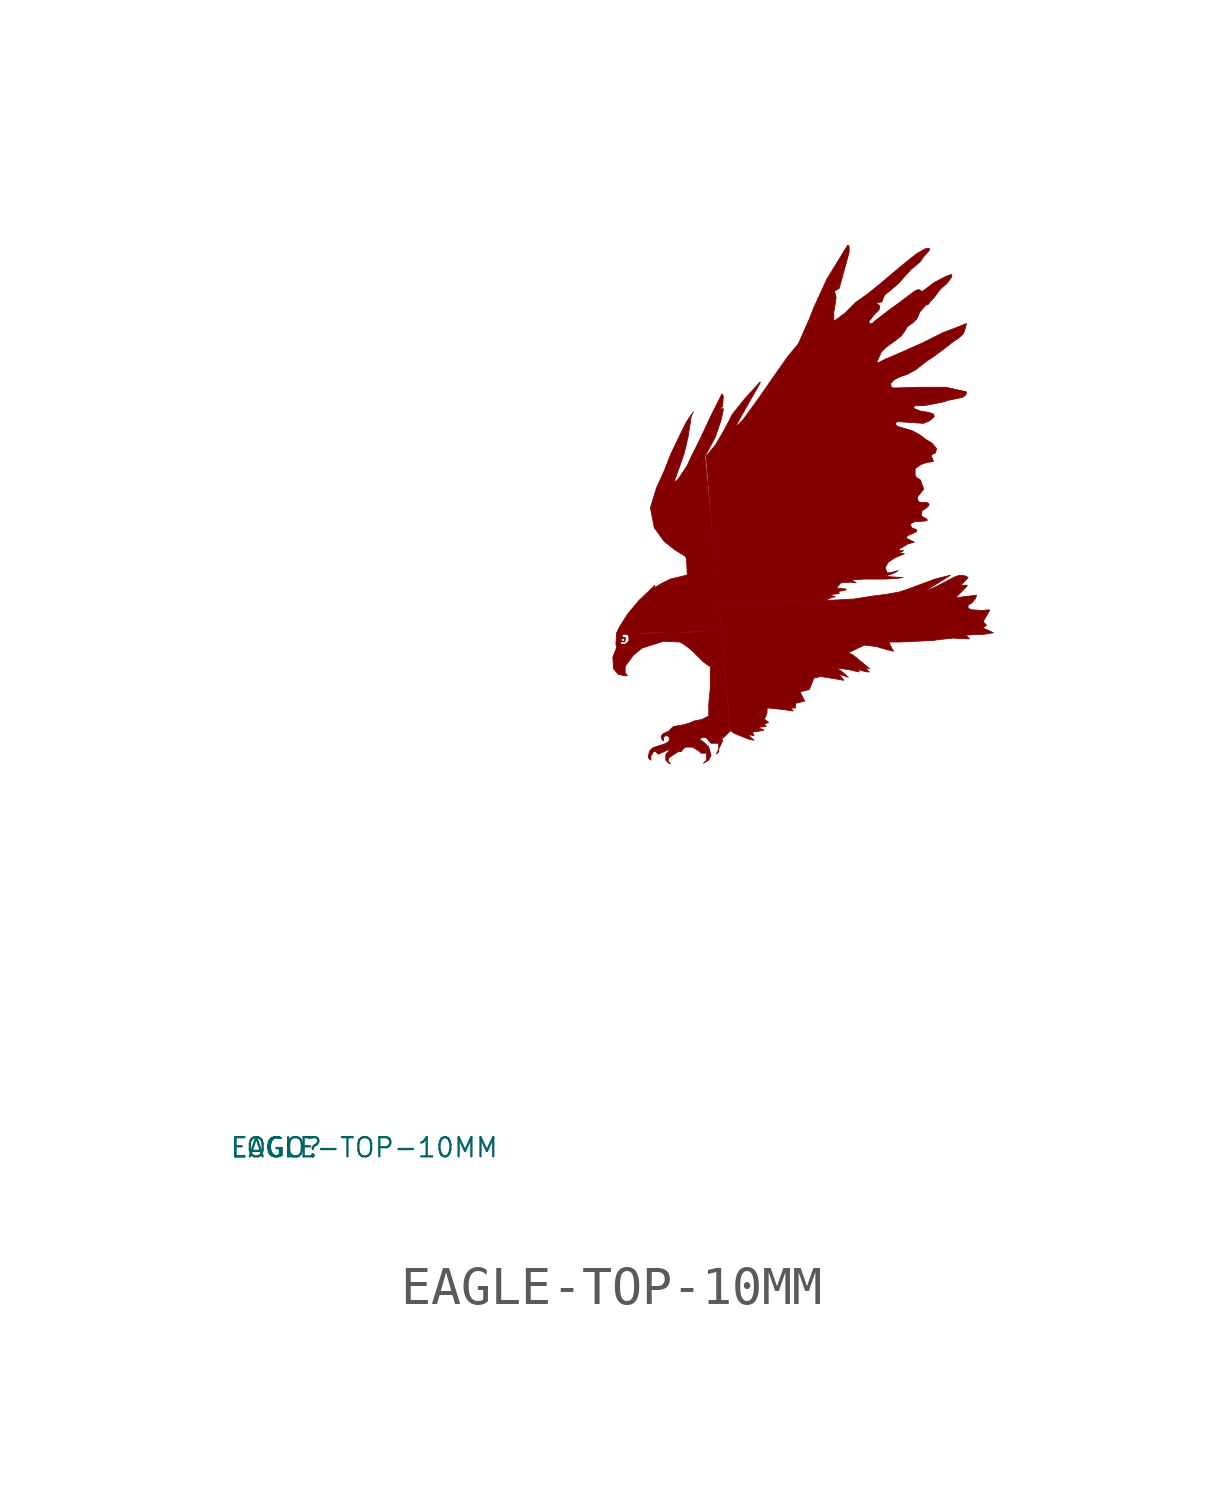
<source format=kicad_sym>
(kicad_symbol_lib
  (version 20220914)
  (generator Eagle2Kicad)
  (symbol "EAGLE-TOP-10MM"
    (property "Reference" "LOGO"
      (at -10 -10 0)
      (effects (font (size 0.5 0.5) (thickness 0.06)) (justify left)))
    (property "Value" "EAGLE-TOP-10MM"
      (at -10 -10 0)
      (effects (font (size 0.5 0.5) (thickness 0.06)) (justify left)))
    (polyline
      (pts (xy 1.022 0.12) (xy 0.982 0.14) (xy 0.942 0.2) (xy 0.982 0.361) (xy 1.062 0.441) (xy 1.242 0.501) (xy 1.363 0.541) (xy 1.443 0.581) (xy 1.503 0.641) (xy 1.483 0.742) (xy 1.403 0.761) (xy 1.343 0.721) (xy 1.343 0.621) (xy 1.303 0.661) (xy 1.283 0.742) (xy 1.323 0.802) (xy 1.403 0.842) (xy 1.483 0.882) (xy 1.523 0.922) (xy 1.583 0.982) (xy 1.623 1.002) (xy 1.864 1.042) (xy 2.004 1.082) (xy 2.144 1.142) (xy 2.244 1.162) (xy 2.345 1.182) (xy 2.505 1.262) (xy 2.525 1.283) (xy 2.525 1.583) (xy 2.565 2.004) (xy 2.565 2.565) (xy 2.525 2.585) (xy 2.385 2.685) (xy 2.244 2.826) (xy 2.104 2.966) (xy 1.984 3.066) (xy 1.844 3.166) (xy 1.764 3.206) (xy 1.343 3.226) (xy 0.782 3.046) (xy 0.561 2.866) (xy 0.381 2.625) (xy 0.341 2.565) (xy 0.341 2.405) (xy 0.401 2.325) (xy 0.321 2.325) (xy 0.16 2.365) (xy 0.04 2.505) (xy 0.02 2.806) (xy 0.12 3.066) (xy 0.12 3.086) (xy 0.1 3.146) (xy 0.12 3.447) (xy 0.2 3.607) (xy 0.401 3.928) (xy 0.701 4.289) (xy 1.122 4.689) (xy 1.102 4.629) (xy 1.122 4.629) (xy 1.283 4.729) (xy 1.523 4.85) (xy 1.944 4.95) (xy 1.964 4.97) (xy 1.944 5.391) (xy 1.904 5.451) (xy 1.643 5.611) (xy 1.363 5.832) (xy 1.102 6.192) (xy 1.002 6.713) (xy 1.162 7.234) (xy 1.363 7.675) (xy 1.543 8.136) (xy 1.824 8.717) (xy 1.944 8.958) (xy 2.124 9.218) (xy 2.084 9.138) (xy 2.064 9.078) (xy 1.984 8.557) (xy 1.884 8.136) (xy 1.723 7.675) (xy 1.623 7.395) (xy 1.643 7.395) (xy 1.723 7.455) (xy 1.964 7.816) (xy 2.064 8.036) (xy 2.285 8.477) (xy 2.585 9.118) (xy 2.866 9.679) (xy 2.886 9.679) (xy 2.906 9.619) (xy 2.886 9.359) (xy 2.826 9.299) (xy 2.826 9.278) (xy 2.866 9.299) (xy 2.906 9.299) (xy 2.906 9.278) (xy 2.846 8.998) (xy 2.745 8.697) (xy 2.685 8.537) (xy 2.545 8.277) (xy 2.425 8.056) (xy 2.866 3.487) (xy 0.281 3.427) (xy 0.2 3.307) (xy 0.2 3.206) (xy 0.22 3.146) (xy 0.261 3.126) (xy 0.341 3.126) (xy 0.441 3.206) (xy 0.441 3.387) (xy 0.401 3.427) (xy 0.701 3.427) (xy 2.866 3.487) (xy 3.086 0.882) (xy 2.926 0.721) (xy 2.866 0.681) (xy 2.886 0.621) (xy 2.725 0.281) (xy 2.786 0.341) (xy 2.786 0.561) (xy 2.585 0.561) (xy 2.565 0.581) (xy 2.465 0.701) (xy 2.365 0.721) (xy 2.285 0.661) (xy 2.405 0.581) (xy 2.525 0.461) (xy 2.585 0.24) (xy 2.525 0.12) (xy 2.385 0.04) (xy 2.465 0.12) (xy 2.465 0.301) (xy 2.325 0.301) (xy 2.264 0.361) (xy 2.104 0.461) (xy 1.924 0.461) (xy 1.864 0.421) (xy 1.804 0.341) (xy 1.723 0.341) (xy 1.543 0.22) (xy 1.483 0.18) (xy 1.463 0.1) (xy 1.523 0.02) (xy 1.483 0.04) (xy 1.403 0.12) (xy 1.403 0.261) (xy 1.523 0.421) (xy 1.443 0.381) (xy 1.222 0.281) (xy 1.202 0.281) (xy 1.142 0.341) (xy 1.082 0.341) (xy 1.022 0.24))
      (stroke (width 0.02) (type default))
      (fill (type outline)))
    (polyline
      (pts (xy 2.445 8.056) (xy 2.485 8.096) (xy 2.705 8.357) (xy 2.926 8.737) (xy 3.146 9.158) (xy 3.467 9.559) (xy 3.868 10) (xy 3.868 9.98) (xy 3.828 9.9) (xy 3.507 9.339) (xy 3.226 8.838) (xy 3.287 8.878) (xy 3.427 9.018) (xy 3.687 9.379) (xy 3.848 9.599) (xy 4.208 10.12) (xy 4.589 10.661) (xy 4.79 10.902) (xy 4.87 11.002) (xy 5.17 11.683) (xy 5.271 11.944) (xy 5.611 12.685) (xy 6.152 13.567) (xy 6.172 13.567) (xy 6.192 13.527) (xy 6.192 13.387) (xy 6.072 12.946) (xy 5.932 12.445) (xy 5.912 12.425) (xy 5.892 12.425) (xy 5.812 12.365) (xy 5.832 12.284) (xy 5.852 12.204) (xy 5.832 12.064) (xy 5.792 11.824) (xy 5.792 11.603) (xy 5.812 11.603) (xy 5.852 11.623) (xy 6.092 11.804) (xy 6.373 12.084) (xy 6.573 12.224) (xy 6.713 12.325) (xy 7.054 12.605) (xy 7.315 12.826) (xy 7.675 13.126) (xy 7.956 13.347) (xy 8.156 13.467) (xy 8.236 13.487) (xy 8.277 13.487) (xy 8.297 13.467) (xy 8.277 13.427) (xy 8.136 13.267) (xy 8.056 13.146) (xy 7.896 13.006) (xy 7.816 12.946) (xy 7.635 12.745) (xy 7.495 12.585) (xy 7.335 12.445) (xy 7.114 12.264) (xy 7.054 12.104) (xy 7.034 12.084) (xy 6.914 12.064) (xy 6.914 12.044) (xy 6.994 11.984) (xy 6.974 11.884) (xy 6.854 11.764) (xy 6.713 11.583) (xy 6.713 11.523) (xy 6.794 11.523) (xy 6.854 11.583) (xy 7.194 11.844) (xy 7.495 12.064) (xy 7.896 12.365) (xy 7.976 12.405) (xy 8.036 12.405) (xy 8.056 12.385) (xy 8.096 12.365) (xy 8.136 12.385) (xy 8.216 12.445) (xy 8.397 12.585) (xy 8.697 12.745) (xy 8.858 12.806) (xy 8.878 12.786) (xy 8.858 12.725) (xy 8.758 12.585) (xy 8.577 12.425) (xy 8.397 12.184) (xy 8.297 12.084) (xy 8.277 12.044) (xy 8.257 12.024) (xy 8.196 12.004) (xy 8.036 11.824) (xy 7.996 11.723) (xy 7.956 11.643) (xy 7.856 11.543) (xy 7.796 11.503) (xy 7.715 11.443) (xy 7.655 11.343) (xy 7.555 11.202) (xy 7.375 11.062) (xy 7.154 10.902) (xy 7.034 10.781) (xy 6.914 10.521) (xy 6.934 10.501) (xy 6.994 10.521) (xy 7.154 10.601) (xy 7.575 10.781) (xy 8.116 11.022) (xy 8.637 11.283) (xy 9.258 11.523) (xy 9.238 11.443) (xy 9.178 11.262) (xy 9.078 11.162) (xy 8.898 11.042) (xy 8.798 10.962) (xy 8.617 10.822) (xy 8.397 10.661) (xy 8.216 10.541) (xy 8.036 10.401) (xy 7.936 10.321) (xy 7.715 10.2) (xy 7.535 10.14) (xy 7.375 10.06) (xy 7.274 9.96) (xy 7.295 9.86) (xy 7.355 9.84) (xy 8.056 9.86) (xy 8.717 9.86) (xy 9.258 9.739) (xy 9.258 9.719) (xy 9.238 9.659) (xy 9.158 9.599) (xy 8.978 9.559) (xy 8.777 9.519) (xy 8.657 9.479) (xy 8.457 9.439) (xy 8.257 9.399) (xy 8.136 9.379) (xy 7.916 9.379) (xy 7.876 9.339) (xy 7.896 9.299) (xy 8.056 9.238) (xy 8.297 9.198) (xy 8.397 9.158) (xy 8.417 9.098) (xy 8.357 9.038) (xy 8.277 8.978) (xy 8.136 8.918) (xy 7.816 8.938) (xy 7.555 8.958) (xy 7.435 8.958) (xy 7.395 8.898) (xy 7.455 8.838) (xy 7.856 8.717) (xy 8.036 8.617) (xy 8.196 8.497) (xy 8.357 8.397) (xy 8.477 8.257) (xy 8.437 8.136) (xy 8.377 8.116) (xy 8.337 8.076) (xy 8.357 8.016) (xy 8.397 7.936) (xy 8.377 7.916) (xy 8.216 7.896) (xy 8.056 7.836) (xy 7.916 7.735) (xy 7.916 7.695) (xy 7.916 7.575) (xy 7.936 7.515) (xy 8.056 7.435) (xy 8.096 7.315) (xy 8.116 7.274) (xy 8.136 7.194) (xy 8.056 7.094) (xy 7.976 6.994) (xy 7.996 6.874) (xy 8.056 6.854) (xy 8.216 6.854) (xy 8.277 6.814) (xy 8.277 6.774) (xy 8.216 6.713) (xy 8.096 6.633) (xy 8.076 6.513) (xy 8.116 6.473) (xy 8.196 6.433) (xy 8.236 6.393) (xy 8.216 6.373) (xy 8.036 6.353) (xy 7.916 6.353) (xy 7.796 6.293) (xy 7.816 6.192) (xy 7.916 6.152) (xy 7.956 6.132) (xy 7.956 6.092) (xy 7.876 6.052) (xy 7.735 5.992) (xy 7.695 5.952) (xy 7.695 5.912) (xy 7.735 5.892) (xy 7.896 5.812) (xy 7.735 5.771) (xy 7.495 5.631) (xy 7.515 5.591) (xy 7.615 5.591) (xy 7.495 5.531) (xy 7.635 5.511) (xy 7.395 5.411) (xy 7.214 5.291) (xy 7.134 5.15) (xy 7.174 5.03) (xy 7.234 5.01) (xy 7.475 5.07) (xy 7.375 5.01) (xy 7.154 4.93) (xy 7.255 4.91) (xy 7.595 4.89) (xy 7.455 4.87) (xy 7.134 4.85) (xy 6.593 4.85) (xy 6.253 4.83) (xy 6.373 4.75) (xy 6.232 4.769) (xy 5.972 4.75) (xy 5.872 4.629) (xy 5.892 4.609) (xy 6.112 4.589) (xy 6.112 4.569) (xy 5.932 4.529) (xy 5.912 4.509) (xy 5.932 4.489) (xy 5.932 4.469) (xy 5.912 4.469) (xy 5.752 4.449) (xy 5.731 4.429) (xy 5.752 4.409) (xy 5.832 4.389) (xy 5.731 4.369) (xy 5.571 4.289) (xy 2.765 4.269))
      (stroke (width 0.02) (type default))
      (fill (type outline)))
    (polyline
      (pts (xy 2.786 4.269) (xy 5.591 4.289) (xy 6.333 4.329) (xy 6.834 4.409) (xy 7.154 4.449) (xy 7.495 4.509) (xy 7.735 4.589) (xy 8.437 4.85) (xy 8.838 4.95) (xy 8.196 4.549) (xy 8.236 4.549) (xy 8.497 4.669) (xy 8.958 4.91) (xy 9.078 4.95) (xy 9.238 4.93) (xy 9.299 4.89) (xy 9.098 4.669) (xy 9.198 4.689) (xy 9.278 4.689) (xy 9.258 4.649) (xy 8.998 4.389) (xy 8.998 4.369) (xy 9.038 4.369) (xy 9.519 4.429) (xy 9.499 4.349) (xy 9.399 4.228) (xy 9.299 4.168) (xy 9.299 4.088) (xy 9.379 4.048) (xy 9.679 4.028) (xy 9.84 4.048) (xy 9.86 4.028) (xy 9.699 3.748) (xy 9.699 3.727) (xy 9.78 3.647) (xy 9.679 3.567) (xy 9.699 3.567) (xy 9.96 3.447) (xy 9.719 3.407) (xy 9.238 3.387) (xy 9.339 3.287) (xy 8.898 3.307) (xy 8.517 3.267) (xy 8.397 3.247) (xy 7.515 3.206) (xy 7.234 3.206) (xy 7.255 3.146) (xy 7.315 3.026) (xy 7.355 2.966) (xy 7.174 3.006) (xy 6.914 3.086) (xy 6.593 3.126) (xy 6.172 2.926) (xy 6.293 2.866) (xy 6.733 2.505) (xy 6.613 2.545) (xy 6.713 2.425) (xy 6.653 2.425) (xy 6.573 2.445) (xy 6.433 2.485) (xy 6.453 2.425) (xy 6.353 2.445) (xy 6.192 2.485) (xy 5.852 2.525) (xy 5.992 2.445) (xy 6.172 2.285) (xy 5.932 2.365) (xy 6.012 2.264) (xy 6.052 2.204) (xy 5.832 2.244) (xy 5.451 2.305) (xy 5.271 2.264) (xy 5.21 2.104) (xy 5.15 1.964) (xy 4.91 1.904) (xy 5.03 1.663) (xy 4.79 1.603) (xy 4.79 1.483) (xy 4.669 1.483) (xy 4.729 1.403) (xy 4.469 1.443) (xy 4.068 1.483) (xy 4.048 1.463) (xy 4.048 1.403) (xy 4.048 1.363) (xy 4.008 1.242) (xy 3.968 1.202) (xy 4.088 1.102) (xy 3.968 1.062) (xy 4.028 1.002) (xy 3.868 0.982) (xy 3.828 0.962) (xy 3.968 0.902) (xy 3.868 0.882) (xy 3.707 0.862) (xy 3.667 0.842) (xy 3.707 0.761) (xy 3.567 0.782) (xy 3.587 0.742) (xy 3.707 0.641) (xy 3.587 0.661) (xy 3.186 0.822) (xy 3.086 0.902))
      (stroke (width 0.02) (type default))
      (fill (type outline)))
    (polyline
      (pts (xy 0.2 3.307) (xy 0.22 3.347) (xy 0.261 3.407) (xy 0.361 3.447) (xy 0.461 3.387) (xy 0.481 3.226) (xy 0.381 3.126) (xy 0.22 3.126) (xy 0.18 3.166) (xy 0.18 3.267) (xy 0.22 3.267) (xy 0.22 3.226) (xy 0.22 3.166) (xy 0.24 3.146) (xy 0.341 3.146) (xy 0.441 3.226) (xy 0.461 3.327) (xy 0.401 3.407) (xy 0.281 3.407) (xy 0.257 3.365) (xy 0.285 3.33) (xy 0.313 3.328) (xy 0.357 3.307) (xy 0.328 3.208) (xy 0.261 3.212) (xy 0.22 3.206) (xy 0.242 3.249) (xy 0.261 3.226) (xy 0.321 3.226) (xy 0.321 3.287) (xy 0.281 3.307) (xy 0.239 3.267) (xy 0.24 3.247))
      (stroke (width 0.02) (type default))
      (fill (type outline)))))
</source>
